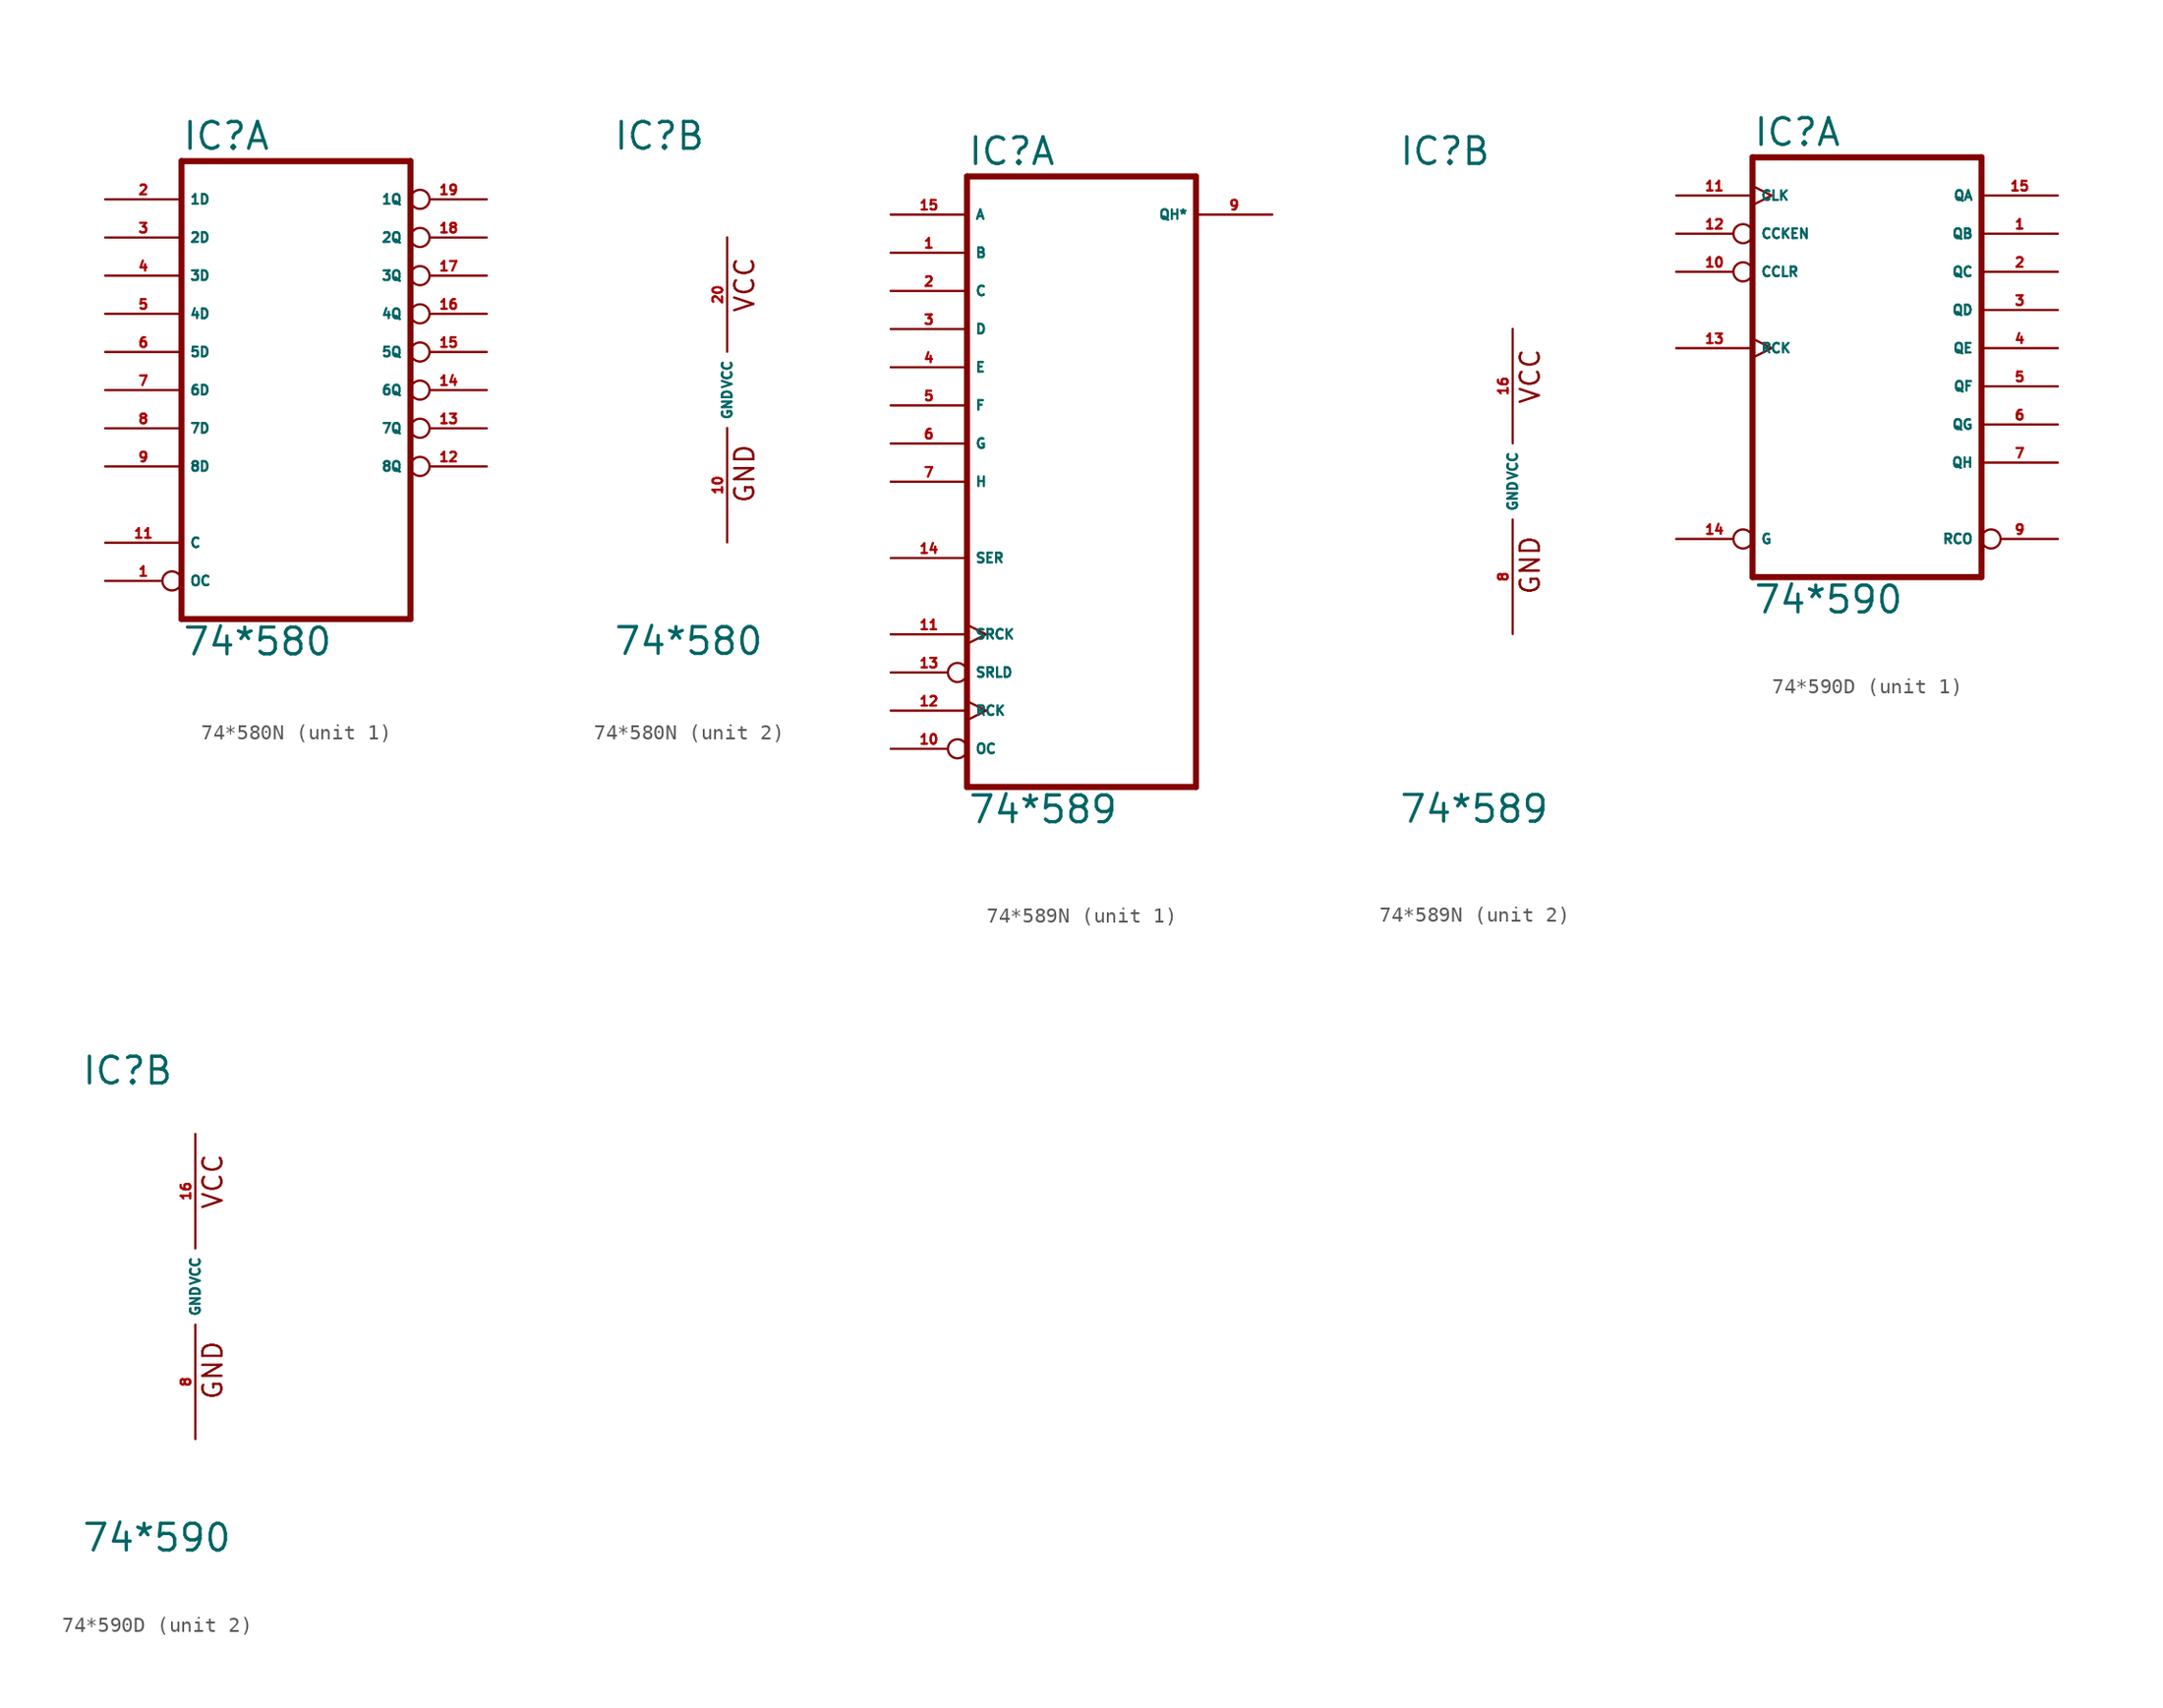
<source format=kicad_sym>
(kicad_symbol_lib
  (version 20220914)
  (generator Eagle2Kicad)
  (symbol "74*580N"
    (property "Reference" "IC"
      (at -7.62 15.875 0)
      (effects (font (size 1.778 1.778) (thickness 0.22)) (justify left bottom)))
    (property "Value" "74*580"
      (at -7.62 -17.78 0)
      (effects (font (size 1.778 1.778) (thickness 0.22)) (justify left bottom)))
    (symbol "74*580N_1_0"
      (polyline (pts (xy -7.62 -15.24) (xy 7.62 -15.24)) (stroke (width 0.406) (type default)) (fill (type none)))
      (polyline (pts (xy 7.62 -15.24) (xy 7.62 15.24)) (stroke (width 0.406) (type default)) (fill (type none)))
      (polyline (pts (xy 7.62 15.24) (xy -7.62 15.24)) (stroke (width 0.406) (type default)) (fill (type none)))
      (polyline (pts (xy -7.62 15.24) (xy -7.62 -15.24)) (stroke (width 0.406) (type default)) (fill (type none)))
      (pin input inverted (at -12.7 -12.7 0) (length 5.08) (name "OC" (effects (font (size 0.635 0.635) (thickness 0.08)) (justify left bottom))) (number "1" (effects (font (size 0.635 0.635) (thickness 0.08)) (justify left bottom))))
      (pin input line (at -12.7 12.7 0) (length 5.08) (name "1D" (effects (font (size 0.635 0.635) (thickness 0.08)) (justify left bottom))) (number "2" (effects (font (size 0.635 0.635) (thickness 0.08)) (justify left bottom))))
      (pin input line (at -12.7 10.16 0) (length 5.08) (name "2D" (effects (font (size 0.635 0.635) (thickness 0.08)) (justify left bottom))) (number "3" (effects (font (size 0.635 0.635) (thickness 0.08)) (justify left bottom))))
      (pin input line (at -12.7 7.62 0) (length 5.08) (name "3D" (effects (font (size 0.635 0.635) (thickness 0.08)) (justify left bottom))) (number "4" (effects (font (size 0.635 0.635) (thickness 0.08)) (justify left bottom))))
      (pin input line (at -12.7 5.08 0) (length 5.08) (name "4D" (effects (font (size 0.635 0.635) (thickness 0.08)) (justify left bottom))) (number "5" (effects (font (size 0.635 0.635) (thickness 0.08)) (justify left bottom))))
      (pin input line (at -12.7 2.54 0) (length 5.08) (name "5D" (effects (font (size 0.635 0.635) (thickness 0.08)) (justify left bottom))) (number "6" (effects (font (size 0.635 0.635) (thickness 0.08)) (justify left bottom))))
      (pin input line (at -12.7 0 0) (length 5.08) (name "6D" (effects (font (size 0.635 0.635) (thickness 0.08)) (justify left bottom))) (number "7" (effects (font (size 0.635 0.635) (thickness 0.08)) (justify left bottom))))
      (pin input line (at -12.7 -2.54 0) (length 5.08) (name "7D" (effects (font (size 0.635 0.635) (thickness 0.08)) (justify left bottom))) (number "8" (effects (font (size 0.635 0.635) (thickness 0.08)) (justify left bottom))))
      (pin input line (at -12.7 -5.08 0) (length 5.08) (name "8D" (effects (font (size 0.635 0.635) (thickness 0.08)) (justify left bottom))) (number "9" (effects (font (size 0.635 0.635) (thickness 0.08)) (justify left bottom))))
      (pin input line (at -12.7 -10.16 0) (length 5.08) (name "C" (effects (font (size 0.635 0.635) (thickness 0.08)) (justify left bottom))) (number "11" (effects (font (size 0.635 0.635) (thickness 0.08)) (justify left bottom))))
      (pin tri_state inverted (at 12.7 -5.08 180) (length 5.08) (name "8Q" (effects (font (size 0.635 0.635) (thickness 0.08)) (justify left bottom))) (number "12" (effects (font (size 0.635 0.635) (thickness 0.08)) (justify left bottom))))
      (pin tri_state inverted (at 12.7 -2.54 180) (length 5.08) (name "7Q" (effects (font (size 0.635 0.635) (thickness 0.08)) (justify left bottom))) (number "13" (effects (font (size 0.635 0.635) (thickness 0.08)) (justify left bottom))))
      (pin tri_state inverted (at 12.7 0 180) (length 5.08) (name "6Q" (effects (font (size 0.635 0.635) (thickness 0.08)) (justify left bottom))) (number "14" (effects (font (size 0.635 0.635) (thickness 0.08)) (justify left bottom))))
      (pin tri_state inverted (at 12.7 2.54 180) (length 5.08) (name "5Q" (effects (font (size 0.635 0.635) (thickness 0.08)) (justify left bottom))) (number "15" (effects (font (size 0.635 0.635) (thickness 0.08)) (justify left bottom))))
      (pin tri_state inverted (at 12.7 5.08 180) (length 5.08) (name "4Q" (effects (font (size 0.635 0.635) (thickness 0.08)) (justify left bottom))) (number "16" (effects (font (size 0.635 0.635) (thickness 0.08)) (justify left bottom))))
      (pin tri_state inverted (at 12.7 7.62 180) (length 5.08) (name "3Q" (effects (font (size 0.635 0.635) (thickness 0.08)) (justify left bottom))) (number "17" (effects (font (size 0.635 0.635) (thickness 0.08)) (justify left bottom))))
      (pin tri_state inverted (at 12.7 10.16 180) (length 5.08) (name "2Q" (effects (font (size 0.635 0.635) (thickness 0.08)) (justify left bottom))) (number "18" (effects (font (size 0.635 0.635) (thickness 0.08)) (justify left bottom))))
      (pin tri_state inverted (at 12.7 12.7 180) (length 5.08) (name "1Q" (effects (font (size 0.635 0.635) (thickness 0.08)) (justify left bottom))) (number "19" (effects (font (size 0.635 0.635) (thickness 0.08)) (justify left bottom)))))
    (symbol "74*580N_2_0"
      (text "GND" (at 1.905 -7.62 900) (effects (font (size 1.27 1.27) (thickness 0.16)) (justify left bottom)))
      (text "VCC" (at 1.905 5.08 900) (effects (font (size 1.27 1.27) (thickness 0.16)) (justify left bottom)))
      (pin unspecified line (at 0 -10.16 90) (length 7.62) (name "GND" (effects (font (size 0.635 0.635) (thickness 0.08)) (justify left bottom))) (number "10" (effects (font (size 0.635 0.635) (thickness 0.08)) (justify left bottom))))
      (pin unspecified line (at 0 10.16 270) (length 7.62) (name "VCC" (effects (font (size 0.635 0.635) (thickness 0.08)) (justify left bottom))) (number "20" (effects (font (size 0.635 0.635) (thickness 0.08)) (justify left bottom))))))
  (symbol "74*589N"
    (property "Reference" "IC"
      (at -7.62 20.955 0)
      (effects (font (size 1.778 1.778) (thickness 0.22)) (justify left bottom)))
    (property "Value" "74*589"
      (at -7.62 -22.86 0)
      (effects (font (size 1.778 1.778) (thickness 0.22)) (justify left bottom)))
    (symbol "74*589N_1_0"
      (polyline (pts (xy -7.62 -20.32) (xy 7.62 -20.32)) (stroke (width 0.406) (type default)) (fill (type none)))
      (polyline (pts (xy 7.62 -20.32) (xy 7.62 20.32)) (stroke (width 0.406) (type default)) (fill (type none)))
      (polyline (pts (xy 7.62 20.32) (xy -7.62 20.32)) (stroke (width 0.406) (type default)) (fill (type none)))
      (polyline (pts (xy -7.62 20.32) (xy -7.62 -20.32)) (stroke (width 0.406) (type default)) (fill (type none)))
      (pin input line (at -12.7 15.24 0) (length 5.08) (name "B" (effects (font (size 0.635 0.635) (thickness 0.08)) (justify left bottom))) (number "1" (effects (font (size 0.635 0.635) (thickness 0.08)) (justify left bottom))))
      (pin input line (at -12.7 12.7 0) (length 5.08) (name "C" (effects (font (size 0.635 0.635) (thickness 0.08)) (justify left bottom))) (number "2" (effects (font (size 0.635 0.635) (thickness 0.08)) (justify left bottom))))
      (pin input line (at -12.7 10.16 0) (length 5.08) (name "D" (effects (font (size 0.635 0.635) (thickness 0.08)) (justify left bottom))) (number "3" (effects (font (size 0.635 0.635) (thickness 0.08)) (justify left bottom))))
      (pin input line (at -12.7 7.62 0) (length 5.08) (name "E" (effects (font (size 0.635 0.635) (thickness 0.08)) (justify left bottom))) (number "4" (effects (font (size 0.635 0.635) (thickness 0.08)) (justify left bottom))))
      (pin input line (at -12.7 5.08 0) (length 5.08) (name "F" (effects (font (size 0.635 0.635) (thickness 0.08)) (justify left bottom))) (number "5" (effects (font (size 0.635 0.635) (thickness 0.08)) (justify left bottom))))
      (pin input line (at -12.7 2.54 0) (length 5.08) (name "G" (effects (font (size 0.635 0.635) (thickness 0.08)) (justify left bottom))) (number "6" (effects (font (size 0.635 0.635) (thickness 0.08)) (justify left bottom))))
      (pin input line (at -12.7 0 0) (length 5.08) (name "H" (effects (font (size 0.635 0.635) (thickness 0.08)) (justify left bottom))) (number "7" (effects (font (size 0.635 0.635) (thickness 0.08)) (justify left bottom))))
      (pin tri_state line (at 12.7 17.78 180) (length 5.08) (name "QH*" (effects (font (size 0.635 0.635) (thickness 0.08)) (justify left bottom))) (number "9" (effects (font (size 0.635 0.635) (thickness 0.08)) (justify left bottom))))
      (pin input inverted (at -12.7 -17.78 0) (length 5.08) (name "OC" (effects (font (size 0.635 0.635) (thickness 0.08)) (justify left bottom))) (number "10" (effects (font (size 0.635 0.635) (thickness 0.08)) (justify left bottom))))
      (pin input clock (at -12.7 -10.16 0) (length 5.08) (name "SRCK" (effects (font (size 0.635 0.635) (thickness 0.08)) (justify left bottom))) (number "11" (effects (font (size 0.635 0.635) (thickness 0.08)) (justify left bottom))))
      (pin input clock (at -12.7 -15.24 0) (length 5.08) (name "RCK" (effects (font (size 0.635 0.635) (thickness 0.08)) (justify left bottom))) (number "12" (effects (font (size 0.635 0.635) (thickness 0.08)) (justify left bottom))))
      (pin input inverted (at -12.7 -12.7 0) (length 5.08) (name "SRLD" (effects (font (size 0.635 0.635) (thickness 0.08)) (justify left bottom))) (number "13" (effects (font (size 0.635 0.635) (thickness 0.08)) (justify left bottom))))
      (pin input line (at -12.7 -5.08 0) (length 5.08) (name "SER" (effects (font (size 0.635 0.635) (thickness 0.08)) (justify left bottom))) (number "14" (effects (font (size 0.635 0.635) (thickness 0.08)) (justify left bottom))))
      (pin input line (at -12.7 17.78 0) (length 5.08) (name "A" (effects (font (size 0.635 0.635) (thickness 0.08)) (justify left bottom))) (number "15" (effects (font (size 0.635 0.635) (thickness 0.08)) (justify left bottom)))))
    (symbol "74*589N_2_0"
      (text "GND" (at 1.905 -7.62 900) (effects (font (size 1.27 1.27) (thickness 0.16)) (justify left bottom)))
      (text "VCC" (at 1.905 5.08 900) (effects (font (size 1.27 1.27) (thickness 0.16)) (justify left bottom)))
      (pin unspecified line (at 0 -10.16 90) (length 7.62) (name "GND" (effects (font (size 0.635 0.635) (thickness 0.08)) (justify left bottom))) (number "8" (effects (font (size 0.635 0.635) (thickness 0.08)) (justify left bottom))))
      (pin unspecified line (at 0 10.16 270) (length 7.62) (name "VCC" (effects (font (size 0.635 0.635) (thickness 0.08)) (justify left bottom))) (number "16" (effects (font (size 0.635 0.635) (thickness 0.08)) (justify left bottom))))))
  (symbol "74*590D"
    (property "Reference" "IC"
      (at -7.62 13.335 0)
      (effects (font (size 1.778 1.778) (thickness 0.22)) (justify left bottom)))
    (property "Value" "74*590"
      (at -7.62 -17.78 0)
      (effects (font (size 1.778 1.778) (thickness 0.22)) (justify left bottom)))
    (symbol "74*590D_1_0"
      (polyline (pts (xy -7.62 -15.24) (xy 7.62 -15.24)) (stroke (width 0.406) (type default)) (fill (type none)))
      (polyline (pts (xy 7.62 -15.24) (xy 7.62 12.7)) (stroke (width 0.406) (type default)) (fill (type none)))
      (polyline (pts (xy 7.62 12.7) (xy -7.62 12.7)) (stroke (width 0.406) (type default)) (fill (type none)))
      (polyline (pts (xy -7.62 12.7) (xy -7.62 -15.24)) (stroke (width 0.406) (type default)) (fill (type none)))
      (pin tri_state line (at 12.7 7.62 180) (length 5.08) (name "QB" (effects (font (size 0.635 0.635) (thickness 0.08)) (justify left bottom))) (number "1" (effects (font (size 0.635 0.635) (thickness 0.08)) (justify left bottom))))
      (pin tri_state line (at 12.7 5.08 180) (length 5.08) (name "QC" (effects (font (size 0.635 0.635) (thickness 0.08)) (justify left bottom))) (number "2" (effects (font (size 0.635 0.635) (thickness 0.08)) (justify left bottom))))
      (pin tri_state line (at 12.7 2.54 180) (length 5.08) (name "QD" (effects (font (size 0.635 0.635) (thickness 0.08)) (justify left bottom))) (number "3" (effects (font (size 0.635 0.635) (thickness 0.08)) (justify left bottom))))
      (pin tri_state line (at 12.7 0 180) (length 5.08) (name "QE" (effects (font (size 0.635 0.635) (thickness 0.08)) (justify left bottom))) (number "4" (effects (font (size 0.635 0.635) (thickness 0.08)) (justify left bottom))))
      (pin tri_state line (at 12.7 -2.54 180) (length 5.08) (name "QF" (effects (font (size 0.635 0.635) (thickness 0.08)) (justify left bottom))) (number "5" (effects (font (size 0.635 0.635) (thickness 0.08)) (justify left bottom))))
      (pin tri_state line (at 12.7 -5.08 180) (length 5.08) (name "QG" (effects (font (size 0.635 0.635) (thickness 0.08)) (justify left bottom))) (number "6" (effects (font (size 0.635 0.635) (thickness 0.08)) (justify left bottom))))
      (pin tri_state line (at 12.7 -7.62 180) (length 5.08) (name "QH" (effects (font (size 0.635 0.635) (thickness 0.08)) (justify left bottom))) (number "7" (effects (font (size 0.635 0.635) (thickness 0.08)) (justify left bottom))))
      (pin output inverted (at 12.7 -12.7 180) (length 5.08) (name "RCO" (effects (font (size 0.635 0.635) (thickness 0.08)) (justify left bottom))) (number "9" (effects (font (size 0.635 0.635) (thickness 0.08)) (justify left bottom))))
      (pin input inverted (at -12.7 5.08 0) (length 5.08) (name "CCLR" (effects (font (size 0.635 0.635) (thickness 0.08)) (justify left bottom))) (number "10" (effects (font (size 0.635 0.635) (thickness 0.08)) (justify left bottom))))
      (pin input clock (at -12.7 10.16 0) (length 5.08) (name "CLK" (effects (font (size 0.635 0.635) (thickness 0.08)) (justify left bottom))) (number "11" (effects (font (size 0.635 0.635) (thickness 0.08)) (justify left bottom))))
      (pin input inverted (at -12.7 7.62 0) (length 5.08) (name "CCKEN" (effects (font (size 0.635 0.635) (thickness 0.08)) (justify left bottom))) (number "12" (effects (font (size 0.635 0.635) (thickness 0.08)) (justify left bottom))))
      (pin input clock (at -12.7 0 0) (length 5.08) (name "RCK" (effects (font (size 0.635 0.635) (thickness 0.08)) (justify left bottom))) (number "13" (effects (font (size 0.635 0.635) (thickness 0.08)) (justify left bottom))))
      (pin input inverted (at -12.7 -12.7 0) (length 5.08) (name "G" (effects (font (size 0.635 0.635) (thickness 0.08)) (justify left bottom))) (number "14" (effects (font (size 0.635 0.635) (thickness 0.08)) (justify left bottom))))
      (pin tri_state line (at 12.7 10.16 180) (length 5.08) (name "QA" (effects (font (size 0.635 0.635) (thickness 0.08)) (justify left bottom))) (number "15" (effects (font (size 0.635 0.635) (thickness 0.08)) (justify left bottom)))))
    (symbol "74*590D_2_0"
      (text "GND" (at 1.905 -7.62 900) (effects (font (size 1.27 1.27) (thickness 0.16)) (justify left bottom)))
      (text "VCC" (at 1.905 5.08 900) (effects (font (size 1.27 1.27) (thickness 0.16)) (justify left bottom)))
      (pin unspecified line (at 0 -10.16 90) (length 7.62) (name "GND" (effects (font (size 0.635 0.635) (thickness 0.08)) (justify left bottom))) (number "8" (effects (font (size 0.635 0.635) (thickness 0.08)) (justify left bottom))))
      (pin unspecified line (at 0 10.16 270) (length 7.62) (name "VCC" (effects (font (size 0.635 0.635) (thickness 0.08)) (justify left bottom))) (number "16" (effects (font (size 0.635 0.635) (thickness 0.08)) (justify left bottom)))))))
</source>
